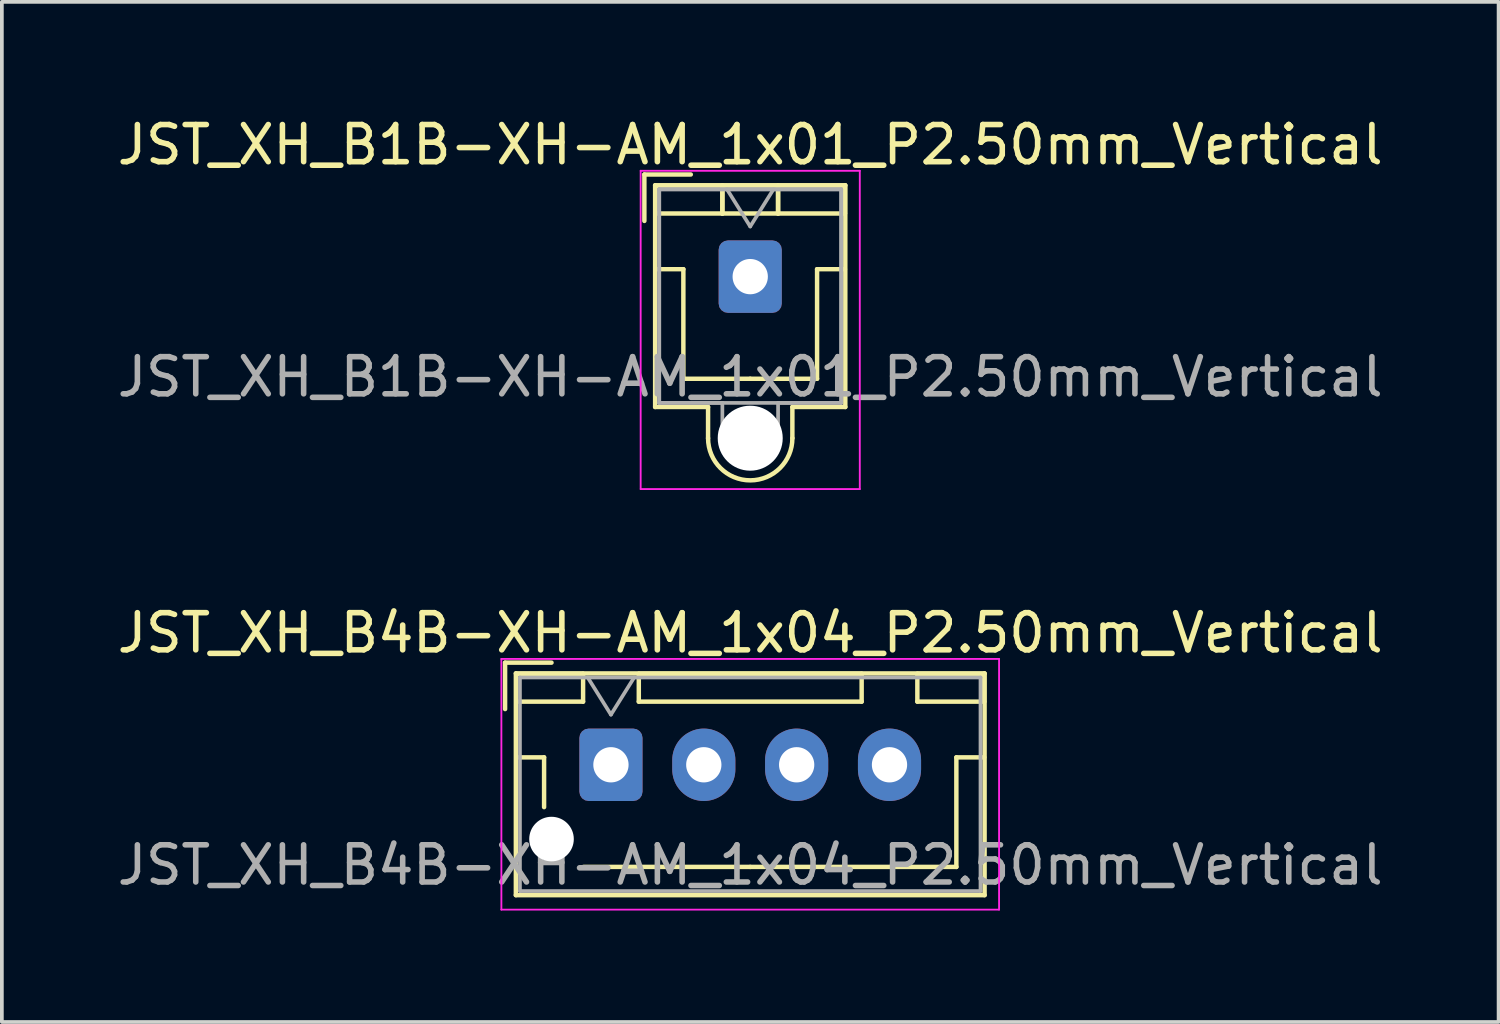
<source format=kicad_pcb>
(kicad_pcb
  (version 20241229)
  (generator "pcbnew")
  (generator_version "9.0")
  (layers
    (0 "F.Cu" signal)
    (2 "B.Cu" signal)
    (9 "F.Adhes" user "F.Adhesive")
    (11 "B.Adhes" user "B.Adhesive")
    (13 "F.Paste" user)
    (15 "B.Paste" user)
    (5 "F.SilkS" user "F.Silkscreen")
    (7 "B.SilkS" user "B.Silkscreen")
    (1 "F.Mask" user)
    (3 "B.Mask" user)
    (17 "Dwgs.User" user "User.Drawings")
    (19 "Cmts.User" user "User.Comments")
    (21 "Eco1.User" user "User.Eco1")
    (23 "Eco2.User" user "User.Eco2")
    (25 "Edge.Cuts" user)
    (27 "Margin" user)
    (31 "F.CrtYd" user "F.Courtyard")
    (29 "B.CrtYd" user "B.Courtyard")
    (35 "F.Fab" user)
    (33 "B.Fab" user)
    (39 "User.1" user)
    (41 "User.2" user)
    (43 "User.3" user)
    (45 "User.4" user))
  (footprint "JST_XH_B4B-XH-AM_1x04_P2.50mm_Vertical"
    (layer "F.Cu")
    (at 13.399 17.541)
    (property "Reference" "JST_XH_B4B-XH-AM_1x04_P2.50mm_Vertical" (at 3.75 -3.55 0) (layer "F.SilkS") (effects (font (size 1 1) (thickness 0.15))))
    (attr through_hole)
    (fp_line (start -2.85 -2.75) (end -2.85 -1.5) (stroke (width 0.12) (type solid)) (layer "F.SilkS"))
    (fp_line (start -2.56 -2.46) (end -2.56 3.51) (stroke (width 0.12) (type solid)) (layer "F.SilkS"))
    (fp_line (start -2.56 3.51) (end 10.06 3.51) (stroke (width 0.12) (type solid)) (layer "F.SilkS"))
    (fp_line (start -2.55 -2.45) (end -2.55 -1.7) (stroke (width 0.12) (type solid)) (layer "F.SilkS"))
    (fp_line (start -2.55 -1.7) (end -0.75 -1.7) (stroke (width 0.12) (type solid)) (layer "F.SilkS"))
    (fp_line (start -2.55 -0.2) (end -1.8 -0.2) (stroke (width 0.12) (type solid)) (layer "F.SilkS"))
    (fp_line (start -1.8 -0.2) (end -1.8 1.14) (stroke (width 0.12) (type solid)) (layer "F.SilkS"))
    (fp_line (start -1.6 -2.75) (end -2.85 -2.75) (stroke (width 0.12) (type solid)) (layer "F.SilkS"))
    (fp_line (start -0.75 -2.45) (end -2.55 -2.45) (stroke (width 0.12) (type solid)) (layer "F.SilkS"))
    (fp_line (start -0.75 -1.7) (end -0.75 -2.45) (stroke (width 0.12) (type solid)) (layer "F.SilkS"))
    (fp_line (start 0.75 -2.45) (end 0.75 -1.7) (stroke (width 0.12) (type solid)) (layer "F.SilkS"))
    (fp_line (start 0.75 -1.7) (end 6.75 -1.7) (stroke (width 0.12) (type solid)) (layer "F.SilkS"))
    (fp_line (start 3.75 2.75) (end -0.74 2.75) (stroke (width 0.12) (type solid)) (layer "F.SilkS"))
    (fp_line (start 6.75 -2.45) (end 0.75 -2.45) (stroke (width 0.12) (type solid)) (layer "F.SilkS"))
    (fp_line (start 6.75 -1.7) (end 6.75 -2.45) (stroke (width 0.12) (type solid)) (layer "F.SilkS"))
    (fp_line (start 8.25 -2.45) (end 8.25 -1.7) (stroke (width 0.12) (type solid)) (layer "F.SilkS"))
    (fp_line (start 8.25 -1.7) (end 10.05 -1.7) (stroke (width 0.12) (type solid)) (layer "F.SilkS"))
    (fp_line (start 9.3 -0.2) (end 9.3 2.75) (stroke (width 0.12) (type solid)) (layer "F.SilkS"))
    (fp_line (start 9.3 2.75) (end 3.75 2.75) (stroke (width 0.12) (type solid)) (layer "F.SilkS"))
    (fp_line (start 10.05 -2.45) (end 8.25 -2.45) (stroke (width 0.12) (type solid)) (layer "F.SilkS"))
    (fp_line (start 10.05 -1.7) (end 10.05 -2.45) (stroke (width 0.12) (type solid)) (layer "F.SilkS"))
    (fp_line (start 10.05 -0.2) (end 9.3 -0.2) (stroke (width 0.12) (type solid)) (layer "F.SilkS"))
    (fp_line (start 10.06 -2.46) (end -2.56 -2.46) (stroke (width 0.12) (type solid)) (layer "F.SilkS"))
    (fp_line (start 10.06 3.51) (end 10.06 -2.46) (stroke (width 0.12) (type solid)) (layer "F.SilkS"))
    (fp_line (start -2.95 -2.85) (end -2.95 3.9) (stroke (width 0.05) (type solid)) (layer "F.CrtYd"))
    (fp_line (start -2.95 3.9) (end 10.45 3.9) (stroke (width 0.05) (type solid)) (layer "F.CrtYd"))
    (fp_line (start 10.45 -2.85) (end -2.95 -2.85) (stroke (width 0.05) (type solid)) (layer "F.CrtYd"))
    (fp_line (start 10.45 3.9) (end 10.45 -2.85) (stroke (width 0.05) (type solid)) (layer "F.CrtYd"))
    (fp_line (start -2.45 -2.35) (end -2.45 3.4) (stroke (width 0.1) (type solid)) (layer "F.Fab"))
    (fp_line (start -2.45 3.4) (end 9.95 3.4) (stroke (width 0.1) (type solid)) (layer "F.Fab"))
    (fp_line (start -0.625 -2.35) (end 0 -1.35) (stroke (width 0.1) (type solid)) (layer "F.Fab"))
    (fp_line (start 0 -1.35) (end 0.625 -2.35) (stroke (width 0.1) (type solid)) (layer "F.Fab"))
    (fp_line (start 9.95 -2.35) (end -2.45 -2.35) (stroke (width 0.1) (type solid)) (layer "F.Fab"))
    (fp_line (start 9.95 3.4) (end 9.95 -2.35) (stroke (width 0.1) (type solid)) (layer "F.Fab"))
    (fp_text user "${REFERENCE}" (at 3.75 2.7 0) (layer "F.Fab") (effects (font (size 1 1) (thickness 0.15))))
    (pad "" np_thru_hole circle (at -1.6 2) (size 1.2 1.2) (drill 1.2) (layers "*.Cu" "*.Mask"))
    (pad "1" thru_hole roundrect (at 0 0) (size 1.7 1.95) (drill 0.95) (layers "*.Cu" "*.Mask") (roundrect_rratio 0.147))
    (pad "2" thru_hole oval (at 2.5 0) (size 1.7 1.95) (drill 0.95) (layers "*.Cu" "*.Mask"))
    (pad "3" thru_hole oval (at 5 0) (size 1.7 1.95) (drill 0.95) (layers "*.Cu" "*.Mask"))
    (pad "4" thru_hole oval (at 7.5 0) (size 1.7 1.95) (drill 0.95) (layers "*.Cu" "*.Mask")))
  (footprint "JST_XH_B1B-XH-AM_1x01_P2.50mm_Vertical"
    (layer "F.Cu")
    (at 17.149 4.398)
    (property "Reference" "JST_XH_B1B-XH-AM_1x01_P2.50mm_Vertical" (at 0 -3.55 0) (layer "F.SilkS") (effects (font (size 1 1) (thickness 0.15))))
    (attr through_hole)
    (fp_line (start -2.85 -2.75) (end -2.85 -1.5) (stroke (width 0.12) (type solid)) (layer "F.SilkS"))
    (fp_line (start -2.56 -2.46) (end 2.56 -2.46) (stroke (width 0.12) (type solid)) (layer "F.SilkS"))
    (fp_line (start -2.56 3.51) (end -2.56 -2.46) (stroke (width 0.12) (type solid)) (layer "F.SilkS"))
    (fp_line (start -2.55 -2.45) (end -2.55 -1.7) (stroke (width 0.12) (type solid)) (layer "F.SilkS"))
    (fp_line (start -2.55 -1.7) (end -0.75 -1.7) (stroke (width 0.12) (type solid)) (layer "F.SilkS"))
    (fp_line (start -2.55 -0.2) (end -1.8 -0.2) (stroke (width 0.12) (type solid)) (layer "F.SilkS"))
    (fp_line (start -1.8 -0.2) (end -1.8 2.75) (stroke (width 0.12) (type solid)) (layer "F.SilkS"))
    (fp_line (start -1.8 2.75) (end 0 2.75) (stroke (width 0.12) (type solid)) (layer "F.SilkS"))
    (fp_line (start -1.6 -2.75) (end -2.85 -2.75) (stroke (width 0.12) (type solid)) (layer "F.SilkS"))
    (fp_line (start -1.135 3.51) (end -2.56 3.51) (stroke (width 0.12) (type solid)) (layer "F.SilkS"))
    (fp_line (start -1.135 4.35) (end -1.135 3.51) (stroke (width 0.12) (type solid)) (layer "F.SilkS"))
    (fp_line (start -0.75 -2.45) (end -2.55 -2.45) (stroke (width 0.12) (type solid)) (layer "F.SilkS"))
    (fp_line (start -0.75 -2.45) (end 0.75 -2.45) (stroke (width 0.12) (type solid)) (layer "F.SilkS"))
    (fp_line (start -0.75 -1.7) (end -0.75 -2.45) (stroke (width 0.12) (type solid)) (layer "F.SilkS"))
    (fp_line (start -0.75 -1.7) (end -0.75 -2.45) (stroke (width 0.12) (type solid)) (layer "F.SilkS"))
    (fp_line (start 0.75 -2.45) (end 0.75 -1.7) (stroke (width 0.12) (type solid)) (layer "F.SilkS"))
    (fp_line (start 0.75 -2.45) (end 0.75 -1.7) (stroke (width 0.12) (type solid)) (layer "F.SilkS"))
    (fp_line (start 0.75 -1.7) (end -0.75 -1.7) (stroke (width 0.12) (type solid)) (layer "F.SilkS"))
    (fp_line (start 0.75 -1.7) (end 2.55 -1.7) (stroke (width 0.12) (type solid)) (layer "F.SilkS"))
    (fp_line (start 1.135 3.51) (end 1.135 4.35) (stroke (width 0.12) (type solid)) (layer "F.SilkS"))
    (fp_line (start 1.8 -0.2) (end 1.8 2.75) (stroke (width 0.12) (type solid)) (layer "F.SilkS"))
    (fp_line (start 1.8 2.75) (end 0 2.75) (stroke (width 0.12) (type solid)) (layer "F.SilkS"))
    (fp_line (start 2.55 -2.45) (end 0.75 -2.45) (stroke (width 0.12) (type solid)) (layer "F.SilkS"))
    (fp_line (start 2.55 -1.7) (end 2.55 -2.45) (stroke (width 0.12) (type solid)) (layer "F.SilkS"))
    (fp_line (start 2.55 -0.2) (end 1.8 -0.2) (stroke (width 0.12) (type solid)) (layer "F.SilkS"))
    (fp_line (start 2.56 -2.46) (end 2.56 3.51) (stroke (width 0.12) (type solid)) (layer "F.SilkS"))
    (fp_line (start 2.56 3.51) (end 1.135 3.51) (stroke (width 0.12) (type solid)) (layer "F.SilkS"))
    (fp_arc (start 1.135 4.35) (mid 0 5.485) (end -1.135 4.35) (stroke (width 0.12) (type solid)) (layer "F.SilkS"))
    (fp_line (start -2.95 -2.85) (end -2.95 5.72) (stroke (width 0.05) (type solid)) (layer "F.CrtYd"))
    (fp_line (start -2.95 5.72) (end 2.95 5.72) (stroke (width 0.05) (type solid)) (layer "F.CrtYd"))
    (fp_line (start 2.95 -2.85) (end -2.95 -2.85) (stroke (width 0.05) (type solid)) (layer "F.CrtYd"))
    (fp_line (start 2.95 5.72) (end 2.95 -2.85) (stroke (width 0.05) (type solid)) (layer "F.CrtYd"))
    (fp_line (start -2.45 -2.35) (end -2.45 3.4) (stroke (width 0.1) (type solid)) (layer "F.Fab"))
    (fp_line (start -2.45 -2.35) (end 2.45 -2.35) (stroke (width 0.1) (type solid)) (layer "F.Fab"))
    (fp_line (start -2.45 3.4) (end -2.45 -2.35) (stroke (width 0.1) (type solid)) (layer "F.Fab"))
    (fp_line (start -2.45 3.4) (end 2.45 3.4) (stroke (width 0.1) (type solid)) (layer "F.Fab"))
    (fp_line (start -0.75 3.4) (end -2.45 3.4) (stroke (width 0.1) (type solid)) (layer "F.Fab"))
    (fp_line (start -0.75 4.35) (end -0.75 3.4) (stroke (width 0.1) (type solid)) (layer "F.Fab"))
    (fp_line (start -0.625 -2.35) (end 0 -1.35) (stroke (width 0.1) (type solid)) (layer "F.Fab"))
    (fp_line (start 0 -1.35) (end 0.625 -2.35) (stroke (width 0.1) (type solid)) (layer "F.Fab"))
    (fp_line (start 0.75 3.4) (end 0.75 4.35) (stroke (width 0.1) (type solid)) (layer "F.Fab"))
    (fp_line (start 2.45 -2.35) (end -2.45 -2.35) (stroke (width 0.1) (type solid)) (layer "F.Fab"))
    (fp_line (start 2.45 -2.35) (end 2.45 3.4) (stroke (width 0.1) (type solid)) (layer "F.Fab"))
    (fp_line (start 2.45 3.4) (end 0.75 3.4) (stroke (width 0.1) (type solid)) (layer "F.Fab"))
    (fp_line (start 2.45 3.4) (end 2.45 -2.35) (stroke (width 0.1) (type solid)) (layer "F.Fab"))
    (fp_arc (start 0.75 4.35) (mid 0 5.1) (end -0.75 4.35) (stroke (width 0.1) (type solid)) (layer "F.Fab"))
    (fp_text user "${REFERENCE}" (at 0 2.7 0) (layer "F.Fab") (effects (font (size 1 1) (thickness 0.15))))
    (pad "" np_thru_hole circle (at 0 4.35) (size 1.75 1.75) (drill 1.75) (layers "*.Cu" "*.Mask"))
    (pad "1" thru_hole roundrect (at 0 0) (size 1.7 1.95) (drill 0.95) (layers "*.Cu" "*.Mask") (roundrect_rratio 0.147)))
  (gr_rect
    (start -3 -3)
    (end 37.298 24.466)
    (stroke (width 0.1) (type default))
    (fill no)
    (layer "Edge.Cuts")))
</source>
